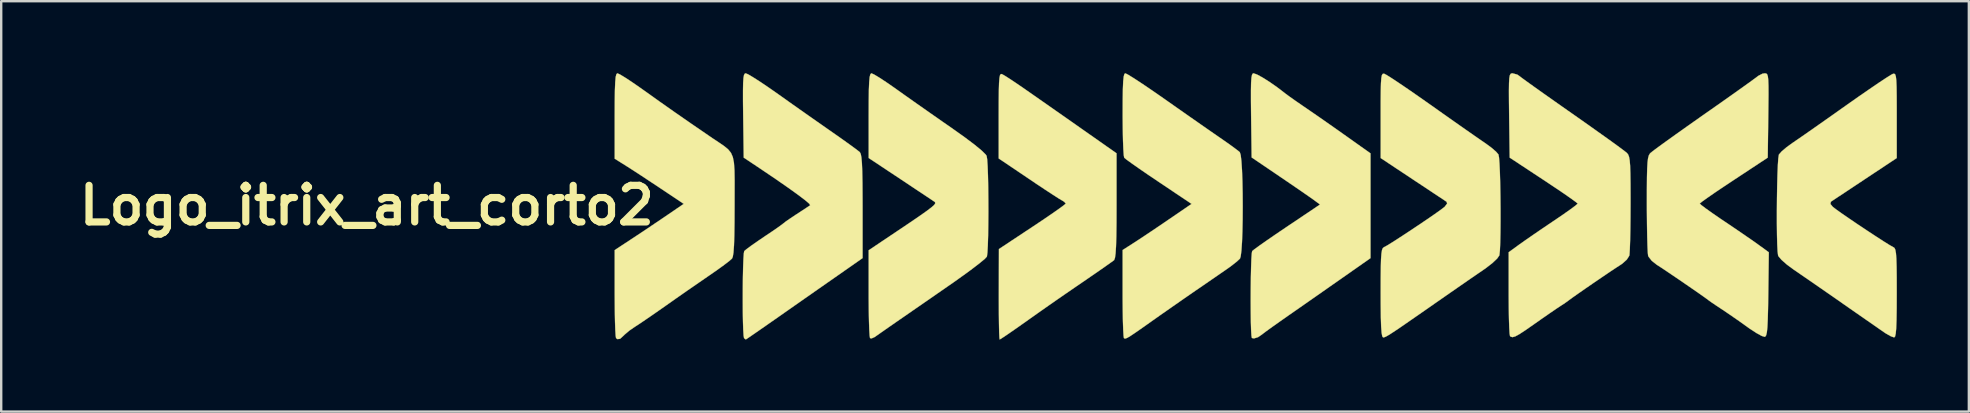
<source format=kicad_pcb>
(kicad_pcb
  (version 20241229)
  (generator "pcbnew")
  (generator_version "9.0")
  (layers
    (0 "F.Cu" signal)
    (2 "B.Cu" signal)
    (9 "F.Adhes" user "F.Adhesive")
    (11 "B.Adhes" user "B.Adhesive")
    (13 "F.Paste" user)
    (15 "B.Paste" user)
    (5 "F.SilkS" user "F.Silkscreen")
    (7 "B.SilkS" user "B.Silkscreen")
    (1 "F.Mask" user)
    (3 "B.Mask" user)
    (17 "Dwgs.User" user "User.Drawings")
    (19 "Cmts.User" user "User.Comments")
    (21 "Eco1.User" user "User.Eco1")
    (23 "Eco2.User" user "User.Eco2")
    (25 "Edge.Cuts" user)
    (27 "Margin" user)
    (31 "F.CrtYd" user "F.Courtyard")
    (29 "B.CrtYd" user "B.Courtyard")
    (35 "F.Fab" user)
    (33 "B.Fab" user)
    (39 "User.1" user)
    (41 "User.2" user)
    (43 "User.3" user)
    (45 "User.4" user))
  (footprint "Logo_itrix_art_corto2"
    (layer "F.Cu")
    (at 12.236 5.508)
    (property "Reference" "Logo_itrix_art_corto2" (at 0 0 0) (layer "F.SilkS") (effects (font (size 1.524 1.524) (thickness 0.3))))
    (attr through_hole)
    (fp_poly (pts (xy 37.091 -5.455) (xy 37.326 -5.328) (xy 37.618 -5.144) (xy 37.927 -4.928) (xy 38.111 -4.789) (xy 38.277 -4.66) (xy 38.456 -4.528) (xy 38.681 -4.369) (xy 38.984 -4.16) (xy 39.332 -3.921) (xy 39.639 -3.71) (xy 40.033 -3.435) (xy 40.463 -3.133) (xy 40.877 -2.84) (xy 41.825 -2.167) (xy 41.825 2.198) (xy 40.645 3.025) (xy 40.145 3.374) (xy 39.592 3.761) (xy 39.042 4.145) (xy 38.556 4.484) (xy 38.429 4.572) (xy 38.058 4.832) (xy 37.733 5.062) (xy 37.481 5.244) (xy 37.33 5.358) (xy 37.302 5.381) (xy 37.138 5.493) (xy 36.969 5.545) (xy 36.881 5.526) (xy 36.863 5.426) (xy 36.849 5.188) (xy 36.839 4.842) (xy 36.834 4.42) (xy 36.832 3.952) (xy 36.834 3.468) (xy 36.84 3) (xy 36.849 2.579) (xy 36.861 2.235) (xy 36.877 2) (xy 36.895 1.904) (xy 36.982 1.833) (xy 37.187 1.683) (xy 37.488 1.472) (xy 37.862 1.214) (xy 38.287 0.927) (xy 38.339 0.892) (xy 39.721 -0.036) (xy 39.488 -0.208) (xy 39.341 -0.313) (xy 39.082 -0.493) (xy 38.742 -0.727) (xy 38.348 -0.996) (xy 38.064 -1.189) (xy 36.872 -1.997) (xy 36.849 -3.75) (xy 36.843 -4.346) (xy 36.843 -4.793) (xy 36.849 -5.111) (xy 36.864 -5.321) (xy 36.888 -5.442) (xy 36.923 -5.496) (xy 36.951 -5.503) (xy 37.091 -5.455)) (stroke (width 0.01) (type solid)) (fill yes) (layer "F.SilkS"))
    (fp_poly (pts (xy 26.466 -5.47) (xy 26.585 -5.403) (xy 26.81 -5.26) (xy 27.11 -5.059) (xy 27.454 -4.823) (xy 27.48 -4.804) (xy 27.784 -4.592) (xy 28.032 -4.419) (xy 28.25 -4.267) (xy 28.463 -4.118) (xy 28.697 -3.954) (xy 28.979 -3.757) (xy 29.334 -3.508) (xy 29.788 -3.189) (xy 30.078 -2.986) (xy 31.242 -2.169) (xy 31.242 0.013) (xy 31.24 0.727) (xy 31.233 1.287) (xy 31.22 1.707) (xy 31.202 2.002) (xy 31.176 2.187) (xy 31.143 2.277) (xy 31.136 2.285) (xy 31.03 2.363) (xy 30.813 2.517) (xy 30.514 2.726) (xy 30.161 2.969) (xy 30.057 3.041) (xy 29.535 3.398) (xy 29.113 3.688) (xy 28.751 3.938) (xy 28.409 4.176) (xy 28.047 4.43) (xy 27.625 4.728) (xy 27.366 4.912) (xy 27.017 5.157) (xy 26.72 5.363) (xy 26.499 5.511) (xy 26.382 5.583) (xy 26.371 5.588) (xy 26.36 5.507) (xy 26.35 5.281) (xy 26.343 4.934) (xy 26.338 4.49) (xy 26.336 3.972) (xy 26.336 3.704) (xy 26.341 1.82) (xy 27.733 0.899) (xy 28.16 0.614) (xy 28.534 0.359) (xy 28.833 0.15) (xy 29.037 0.001) (xy 29.124 -0.072) (xy 29.125 -0.076) (xy 29.059 -0.151) (xy 28.958 -0.213) (xy 28.834 -0.286) (xy 28.597 -0.438) (xy 28.274 -0.649) (xy 27.89 -0.904) (xy 27.561 -1.126) (xy 26.331 -1.955) (xy 26.331 -3.738) (xy 26.332 -4.333) (xy 26.337 -4.779) (xy 26.346 -5.096) (xy 26.362 -5.303) (xy 26.385 -5.421) (xy 26.418 -5.471) (xy 26.462 -5.471) (xy 26.466 -5.47)) (stroke (width 0.01) (type solid)) (fill yes) (layer "F.SilkS"))
    (fp_poly (pts (xy 10.548 -5.456) (xy 10.762 -5.327) (xy 11.057 -5.133) (xy 11.404 -4.893) (xy 11.521 -4.81) (xy 12.177 -4.342) (xy 12.827 -3.885) (xy 13.517 -3.406) (xy 14.296 -2.873) (xy 14.398 -2.803) (xy 14.679 -2.616) (xy 14.896 -2.467) (xy 15.059 -2.332) (xy 15.175 -2.188) (xy 15.252 -2.011) (xy 15.298 -1.778) (xy 15.32 -1.463) (xy 15.327 -1.045) (xy 15.326 -0.498) (xy 15.325 -0.001) (xy 15.322 0.708) (xy 15.314 1.262) (xy 15.3 1.676) (xy 15.279 1.964) (xy 15.25 2.142) (xy 15.219 2.215) (xy 15.11 2.313) (xy 14.892 2.48) (xy 14.596 2.694) (xy 14.266 2.923) (xy 13.852 3.208) (xy 13.362 3.546) (xy 12.862 3.895) (xy 12.446 4.188) (xy 12.064 4.455) (xy 11.705 4.703) (xy 11.405 4.907) (xy 11.199 5.042) (xy 11.17 5.06) (xy 10.935 5.222) (xy 10.74 5.388) (xy 10.713 5.416) (xy 10.555 5.56) (xy 10.443 5.574) (xy 10.386 5.532) (xy 10.369 5.434) (xy 10.354 5.192) (xy 10.342 4.832) (xy 10.334 4.38) (xy 10.33 3.861) (xy 10.329 3.669) (xy 10.329 1.864) (xy 11.028 1.405) (xy 11.427 1.141) (xy 11.886 0.834) (xy 12.326 0.537) (xy 12.466 0.442) (xy 13.206 -0.062) (xy 12.255 -0.698) (xy 11.849 -0.967) (xy 11.445 -1.234) (xy 11.087 -1.467) (xy 10.822 -1.636) (xy 10.816 -1.64) (xy 10.329 -1.945) (xy 10.329 -3.724) (xy 10.331 -4.337) (xy 10.338 -4.799) (xy 10.351 -5.129) (xy 10.37 -5.344) (xy 10.398 -5.462) (xy 10.436 -5.503) (xy 10.441 -5.503) (xy 10.548 -5.456)) (stroke (width 0.01) (type solid)) (fill yes) (layer "F.SilkS"))
    (fp_poly (pts (xy 21.135 -5.456) (xy 21.351 -5.327) (xy 21.644 -5.135) (xy 21.987 -4.898) (xy 22.064 -4.843) (xy 22.445 -4.572) (xy 22.921 -4.236) (xy 23.448 -3.867) (xy 23.98 -3.495) (xy 24.369 -3.225) (xy 24.897 -2.85) (xy 25.317 -2.535) (xy 25.619 -2.287) (xy 25.793 -2.115) (xy 25.829 -2.059) (xy 25.851 -1.916) (xy 25.87 -1.634) (xy 25.884 -1.244) (xy 25.894 -0.777) (xy 25.899 -0.262) (xy 25.901 0.271) (xy 25.897 0.79) (xy 25.89 1.265) (xy 25.878 1.667) (xy 25.862 1.965) (xy 25.841 2.128) (xy 25.837 2.139) (xy 25.752 2.23) (xy 25.548 2.399) (xy 25.247 2.631) (xy 24.868 2.909) (xy 24.435 3.218) (xy 24.255 3.342) (xy 23.754 3.689) (xy 23.249 4.039) (xy 22.775 4.366) (xy 22.367 4.649) (xy 22.058 4.862) (xy 22.024 4.886) (xy 21.708 5.105) (xy 21.433 5.297) (xy 21.237 5.435) (xy 21.17 5.483) (xy 21.032 5.545) (xy 20.97 5.532) (xy 20.953 5.434) (xy 20.938 5.192) (xy 20.926 4.833) (xy 20.917 4.38) (xy 20.913 3.861) (xy 20.913 3.673) (xy 20.913 1.871) (xy 22.119 1.062) (xy 22.647 0.707) (xy 23.048 0.433) (xy 23.337 0.229) (xy 23.53 0.082) (xy 23.642 -0.018) (xy 23.687 -0.084) (xy 23.68 -0.128) (xy 23.66 -0.148) (xy 23.564 -0.213) (xy 23.35 -0.356) (xy 23.043 -0.56) (xy 22.666 -0.811) (xy 22.243 -1.092) (xy 22.242 -1.093) (xy 20.913 -1.974) (xy 20.913 -3.739) (xy 20.915 -4.346) (xy 20.921 -4.803) (xy 20.934 -5.129) (xy 20.953 -5.341) (xy 20.981 -5.459) (xy 21.018 -5.502) (xy 21.027 -5.503) (xy 21.135 -5.456)) (stroke (width 0.01) (type solid)) (fill yes) (layer "F.SilkS"))
    (fp_poly (pts (xy 31.705 -5.456) (xy 31.92 -5.325) (xy 32.23 -5.124) (xy 32.613 -4.866) (xy 33.048 -4.566) (xy 33.251 -4.424) (xy 33.755 -4.07) (xy 34.265 -3.713) (xy 34.746 -3.377) (xy 35.164 -3.086) (xy 35.484 -2.865) (xy 35.526 -2.836) (xy 35.844 -2.615) (xy 36.117 -2.419) (xy 36.31 -2.274) (xy 36.379 -2.216) (xy 36.416 -2.097) (xy 36.446 -1.836) (xy 36.47 -1.464) (xy 36.487 -1.008) (xy 36.497 -0.496) (xy 36.5 0.041) (xy 36.497 0.577) (xy 36.487 1.082) (xy 36.47 1.528) (xy 36.446 1.886) (xy 36.415 2.128) (xy 36.386 2.218) (xy 36.262 2.335) (xy 36.047 2.505) (xy 35.832 2.66) (xy 35.578 2.835) (xy 35.234 3.072) (xy 34.846 3.339) (xy 34.52 3.562) (xy 34.077 3.868) (xy 33.569 4.222) (xy 33.069 4.571) (xy 32.766 4.785) (xy 32.343 5.084) (xy 32.037 5.297) (xy 31.828 5.437) (xy 31.695 5.517) (xy 31.617 5.549) (xy 31.573 5.546) (xy 31.549 5.529) (xy 31.534 5.432) (xy 31.52 5.191) (xy 31.508 4.832) (xy 31.5 4.38) (xy 31.496 3.861) (xy 31.496 3.668) (xy 31.496 1.861) (xy 31.96 1.564) (xy 32.21 1.401) (xy 32.555 1.172) (xy 32.952 0.905) (xy 33.357 0.63) (xy 33.396 0.603) (xy 34.368 -0.061) (xy 32.996 -0.981) (xy 32.568 -1.269) (xy 32.188 -1.53) (xy 31.879 -1.747) (xy 31.663 -1.903) (xy 31.563 -1.984) (xy 31.561 -1.987) (xy 31.542 -2.095) (xy 31.525 -2.345) (xy 31.511 -2.711) (xy 31.502 -3.165) (xy 31.497 -3.681) (xy 31.497 -3.789) (xy 31.499 -4.392) (xy 31.506 -4.844) (xy 31.519 -5.163) (xy 31.54 -5.367) (xy 31.57 -5.475) (xy 31.606 -5.503) (xy 31.705 -5.456)) (stroke (width 0.01) (type solid)) (fill yes) (layer "F.SilkS"))
    (fp_poly (pts (xy 15.898 -5.456) (xy 16.118 -5.325) (xy 16.426 -5.127) (xy 16.796 -4.876) (xy 17.139 -4.636) (xy 17.64 -4.28) (xy 18.192 -3.891) (xy 18.74 -3.506) (xy 19.228 -3.165) (xy 19.396 -3.048) (xy 19.77 -2.786) (xy 20.099 -2.551) (xy 20.357 -2.363) (xy 20.515 -2.242) (xy 20.545 -2.216) (xy 20.582 -2.145) (xy 20.61 -1.999) (xy 20.631 -1.761) (xy 20.645 -1.415) (xy 20.654 -0.943) (xy 20.658 -0.328) (xy 20.659 0.046) (xy 20.659 2.197) (xy 19.622 2.922) (xy 19.199 3.217) (xy 18.686 3.575) (xy 18.13 3.964) (xy 17.577 4.351) (xy 17.197 4.617) (xy 16.774 4.912) (xy 16.401 5.172) (xy 16.1 5.38) (xy 15.892 5.523) (xy 15.796 5.586) (xy 15.793 5.588) (xy 15.729 5.541) (xy 15.72 5.532) (xy 15.701 5.431) (xy 15.686 5.192) (xy 15.675 4.845) (xy 15.668 4.422) (xy 15.666 3.952) (xy 15.667 3.468) (xy 15.672 3) (xy 15.681 2.579) (xy 15.694 2.235) (xy 15.71 1.999) (xy 15.728 1.905) (xy 15.821 1.826) (xy 16.023 1.676) (xy 16.303 1.481) (xy 16.552 1.312) (xy 16.867 1.101) (xy 17.127 0.922) (xy 17.3 0.797) (xy 17.357 0.752) (xy 17.444 0.683) (xy 17.634 0.551) (xy 17.887 0.382) (xy 17.905 0.371) (xy 18.164 0.202) (xy 18.368 0.068) (xy 18.475 -0.004) (xy 18.477 -0.005) (xy 18.436 -0.07) (xy 18.263 -0.218) (xy 17.97 -0.44) (xy 17.568 -0.729) (xy 17.067 -1.077) (xy 16.478 -1.475) (xy 16.256 -1.624) (xy 15.706 -1.99) (xy 15.683 -3.747) (xy 15.676 -4.341) (xy 15.676 -4.786) (xy 15.682 -5.103) (xy 15.696 -5.313) (xy 15.719 -5.436) (xy 15.754 -5.492) (xy 15.79 -5.503) (xy 15.898 -5.456)) (stroke (width 0.01) (type solid)) (fill yes) (layer "F.SilkS"))
    (fp_poly (pts (xy 42.402 -5.483) (xy 42.511 -5.424) (xy 42.737 -5.281) (xy 43.06 -5.066) (xy 43.46 -4.794) (xy 43.916 -4.477) (xy 44.329 -4.187) (xy 44.84 -3.825) (xy 45.334 -3.477) (xy 45.785 -3.161) (xy 46.166 -2.895) (xy 46.453 -2.697) (xy 46.585 -2.607) (xy 46.845 -2.419) (xy 47.052 -2.242) (xy 47.157 -2.121) (xy 47.18 -1.995) (xy 47.2 -1.73) (xy 47.217 -1.354) (xy 47.23 -0.898) (xy 47.239 -0.391) (xy 47.244 0.138) (xy 47.244 0.658) (xy 47.24 1.141) (xy 47.231 1.556) (xy 47.217 1.875) (xy 47.197 2.067) (xy 47.193 2.087) (xy 47.103 2.216) (xy 46.906 2.402) (xy 46.638 2.611) (xy 46.539 2.68) (xy 46.274 2.861) (xy 45.905 3.115) (xy 45.466 3.419) (xy 44.992 3.748) (xy 44.536 4.065) (xy 43.945 4.477) (xy 43.476 4.802) (xy 43.116 5.051) (xy 42.847 5.233) (xy 42.655 5.358) (xy 42.524 5.438) (xy 42.438 5.482) (xy 42.383 5.5) (xy 42.35 5.503) (xy 42.315 5.457) (xy 42.288 5.309) (xy 42.268 5.044) (xy 42.256 4.649) (xy 42.25 4.108) (xy 42.249 3.65) (xy 42.25 3.037) (xy 42.255 2.572) (xy 42.264 2.236) (xy 42.281 2.005) (xy 42.305 1.86) (xy 42.338 1.781) (xy 42.383 1.745) (xy 42.386 1.743) (xy 42.51 1.676) (xy 42.744 1.532) (xy 43.056 1.331) (xy 43.417 1.095) (xy 43.797 0.842) (xy 44.165 0.594) (xy 44.492 0.369) (xy 44.747 0.188) (xy 44.901 0.071) (xy 44.915 0.06) (xy 45.019 -0.079) (xy 44.993 -0.152) (xy 44.897 -0.216) (xy 44.684 -0.357) (xy 44.377 -0.561) (xy 44 -0.811) (xy 43.577 -1.091) (xy 43.576 -1.092) (xy 42.249 -1.972) (xy 42.249 -3.747) (xy 42.249 -4.339) (xy 42.253 -4.781) (xy 42.261 -5.096) (xy 42.276 -5.303) (xy 42.299 -5.424) (xy 42.332 -5.478) (xy 42.377 -5.488) (xy 42.402 -5.483)) (stroke (width 0.01) (type solid)) (fill yes) (layer "F.SilkS"))
    (fp_poly (pts (xy 58.314 -5.496) (xy 58.354 -5.461) (xy 58.383 -5.377) (xy 58.4 -5.222) (xy 58.409 -4.974) (xy 58.41 -4.613) (xy 58.405 -4.117) (xy 58.401 -3.747) (xy 58.378 -1.99) (xy 56.964 -1.058) (xy 56.533 -0.772) (xy 56.154 -0.517) (xy 55.85 -0.306) (xy 55.641 -0.156) (xy 55.548 -0.08) (xy 55.545 -0.075) (xy 55.61 -0.012) (xy 55.792 0.126) (xy 56.065 0.32) (xy 56.403 0.553) (xy 56.536 0.642) (xy 56.943 0.916) (xy 57.343 1.189) (xy 57.694 1.431) (xy 57.951 1.612) (xy 57.977 1.631) (xy 58.423 1.955) (xy 58.401 3.707) (xy 58.391 4.305) (xy 58.379 4.754) (xy 58.364 5.075) (xy 58.342 5.288) (xy 58.313 5.412) (xy 58.275 5.469) (xy 58.251 5.479) (xy 58.128 5.441) (xy 57.911 5.322) (xy 57.638 5.145) (xy 57.531 5.069) (xy 57.183 4.82) (xy 56.816 4.566) (xy 56.504 4.355) (xy 56.474 4.335) (xy 56.221 4.168) (xy 56.02 4.032) (xy 55.923 3.962) (xy 55.801 3.871) (xy 55.571 3.708) (xy 55.266 3.496) (xy 54.919 3.257) (xy 54.563 3.014) (xy 54.23 2.789) (xy 53.954 2.604) (xy 53.767 2.483) (xy 53.752 2.474) (xy 53.546 2.311) (xy 53.41 2.138) (xy 53.393 2.095) (xy 53.379 1.958) (xy 53.366 1.679) (xy 53.355 1.283) (xy 53.347 0.798) (xy 53.342 0.25) (xy 53.341 -0.064) (xy 53.342 -0.698) (xy 53.346 -1.185) (xy 53.355 -1.545) (xy 53.37 -1.801) (xy 53.393 -1.974) (xy 53.425 -2.086) (xy 53.468 -2.158) (xy 53.488 -2.18) (xy 53.593 -2.265) (xy 53.819 -2.433) (xy 54.146 -2.67) (xy 54.558 -2.965) (xy 55.034 -3.303) (xy 55.557 -3.671) (xy 55.753 -3.809) (xy 56.286 -4.182) (xy 56.777 -4.528) (xy 57.208 -4.834) (xy 57.561 -5.086) (xy 57.818 -5.272) (xy 57.961 -5.379) (xy 57.982 -5.396) (xy 58.159 -5.488) (xy 58.258 -5.503) (xy 58.314 -5.496)) (stroke (width 0.01) (type solid)) (fill yes) (layer "F.SilkS"))
    (fp_poly (pts (xy 47.941 -5.45) (xy 48.021 -5.396) (xy 48.117 -5.322) (xy 48.333 -5.164) (xy 48.652 -4.935) (xy 49.056 -4.648) (xy 49.527 -4.316) (xy 50.046 -3.951) (xy 50.25 -3.809) (xy 50.785 -3.433) (xy 51.28 -3.082) (xy 51.717 -2.771) (xy 52.077 -2.511) (xy 52.341 -2.316) (xy 52.492 -2.2) (xy 52.514 -2.18) (xy 52.562 -2.118) (xy 52.598 -2.024) (xy 52.625 -1.878) (xy 52.643 -1.658) (xy 52.654 -1.341) (xy 52.66 -0.907) (xy 52.662 -0.333) (xy 52.662 -0.064) (xy 52.659 0.507) (xy 52.653 1.03) (xy 52.643 1.477) (xy 52.631 1.822) (xy 52.618 2.04) (xy 52.61 2.095) (xy 52.508 2.257) (xy 52.316 2.43) (xy 52.251 2.474) (xy 52.077 2.586) (xy 51.809 2.764) (xy 51.481 2.986) (xy 51.126 3.228) (xy 50.776 3.469) (xy 50.464 3.686) (xy 50.223 3.856) (xy 50.086 3.957) (xy 50.078 3.963) (xy 49.95 4.056) (xy 49.757 4.183) (xy 49.739 4.194) (xy 49.569 4.307) (xy 49.3 4.491) (xy 48.971 4.719) (xy 48.673 4.928) (xy 48.298 5.19) (xy 48.035 5.363) (xy 47.858 5.46) (xy 47.745 5.492) (xy 47.67 5.473) (xy 47.639 5.447) (xy 47.622 5.349) (xy 47.607 5.108) (xy 47.595 4.75) (xy 47.587 4.301) (xy 47.583 3.788) (xy 47.583 3.672) (xy 47.583 1.953) (xy 48.027 1.63) (xy 48.268 1.46) (xy 48.607 1.225) (xy 49.002 0.955) (xy 49.411 0.679) (xy 49.467 0.642) (xy 49.823 0.4) (xy 50.122 0.19) (xy 50.339 0.03) (xy 50.449 -0.062) (xy 50.457 -0.075) (xy 50.388 -0.135) (xy 50.199 -0.273) (xy 49.911 -0.474) (xy 49.544 -0.722) (xy 49.122 -1.004) (xy 49.039 -1.058) (xy 47.625 -1.99) (xy 47.602 -3.747) (xy 47.595 -4.334) (xy 47.593 -4.773) (xy 47.597 -5.086) (xy 47.608 -5.294) (xy 47.63 -5.418) (xy 47.663 -5.48) (xy 47.71 -5.501) (xy 47.744 -5.503) (xy 47.941 -5.45)) (stroke (width 0.01) (type solid)) (fill yes) (layer "F.SilkS"))
    (fp_poly (pts (xy 63.69 -5.456) (xy 63.717 -5.369) (xy 63.736 -5.205) (xy 63.747 -4.943) (xy 63.752 -4.563) (xy 63.754 -4.044) (xy 63.754 -3.747) (xy 63.754 -1.972) (xy 62.426 -1.092) (xy 62.003 -0.811) (xy 61.627 -0.561) (xy 61.319 -0.358) (xy 61.106 -0.216) (xy 61.009 -0.152) (xy 61.009 -0.152) (xy 60.991 -0.057) (xy 61.088 0.06) (xy 61.222 0.164) (xy 61.463 0.336) (xy 61.78 0.554) (xy 62.144 0.801) (xy 62.524 1.054) (xy 62.89 1.294) (xy 63.212 1.502) (xy 63.461 1.657) (xy 63.605 1.738) (xy 63.616 1.743) (xy 63.662 1.777) (xy 63.696 1.854) (xy 63.721 1.994) (xy 63.738 2.219) (xy 63.748 2.549) (xy 63.753 3.005) (xy 63.754 3.609) (xy 63.754 3.65) (xy 63.752 4.285) (xy 63.745 4.768) (xy 63.732 5.114) (xy 63.712 5.341) (xy 63.684 5.465) (xy 63.647 5.503) (xy 63.647 5.503) (xy 63.515 5.458) (xy 63.314 5.346) (xy 63.245 5.301) (xy 63.086 5.191) (xy 62.814 5.002) (xy 62.456 4.753) (xy 62.038 4.463) (xy 61.587 4.149) (xy 61.509 4.094) (xy 61.028 3.759) (xy 60.55 3.428) (xy 60.109 3.123) (xy 59.738 2.868) (xy 59.472 2.685) (xy 59.463 2.68) (xy 59.18 2.471) (xy 58.955 2.274) (xy 58.826 2.122) (xy 58.81 2.087) (xy 58.789 1.923) (xy 58.774 1.628) (xy 58.764 1.229) (xy 58.759 0.757) (xy 58.759 0.242) (xy 58.763 -0.287) (xy 58.771 -0.801) (xy 58.783 -1.27) (xy 58.799 -1.664) (xy 58.818 -1.953) (xy 58.841 -2.109) (xy 58.846 -2.121) (xy 58.959 -2.25) (xy 59.169 -2.428) (xy 59.417 -2.607) (xy 59.622 -2.747) (xy 59.939 -2.966) (xy 60.344 -3.249) (xy 60.809 -3.576) (xy 61.311 -3.93) (xy 61.674 -4.187) (xy 62.162 -4.53) (xy 62.611 -4.84) (xy 62.999 -5.105) (xy 63.308 -5.309) (xy 63.517 -5.44) (xy 63.6 -5.483) (xy 63.651 -5.487) (xy 63.69 -5.456)) (stroke (width 0.01) (type solid)) (fill yes) (layer "F.SilkS")))
  (gr_rect
    (start -3 -3)
    (end 78.995 14.101)
    (stroke (width 0.1) (type default))
    (fill no)
    (layer "Edge.Cuts")))
</source>
